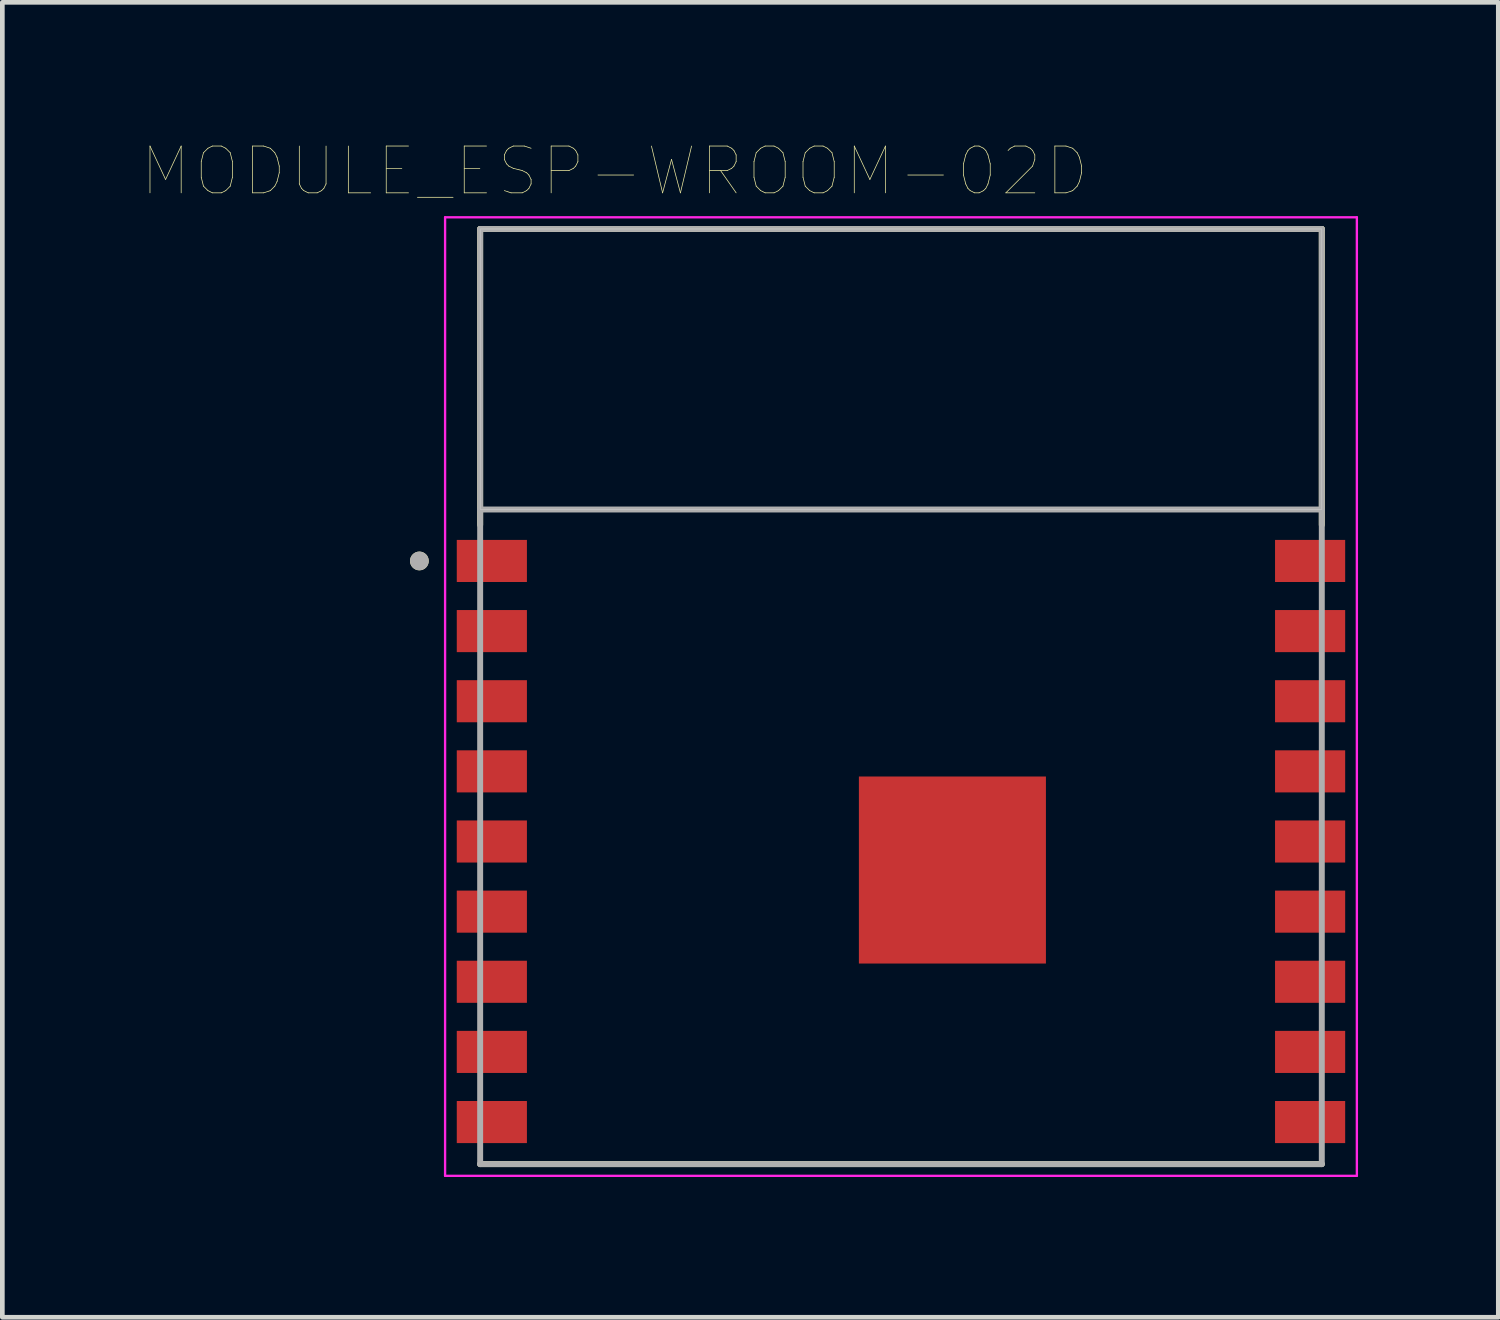
<source format=kicad_pcb>
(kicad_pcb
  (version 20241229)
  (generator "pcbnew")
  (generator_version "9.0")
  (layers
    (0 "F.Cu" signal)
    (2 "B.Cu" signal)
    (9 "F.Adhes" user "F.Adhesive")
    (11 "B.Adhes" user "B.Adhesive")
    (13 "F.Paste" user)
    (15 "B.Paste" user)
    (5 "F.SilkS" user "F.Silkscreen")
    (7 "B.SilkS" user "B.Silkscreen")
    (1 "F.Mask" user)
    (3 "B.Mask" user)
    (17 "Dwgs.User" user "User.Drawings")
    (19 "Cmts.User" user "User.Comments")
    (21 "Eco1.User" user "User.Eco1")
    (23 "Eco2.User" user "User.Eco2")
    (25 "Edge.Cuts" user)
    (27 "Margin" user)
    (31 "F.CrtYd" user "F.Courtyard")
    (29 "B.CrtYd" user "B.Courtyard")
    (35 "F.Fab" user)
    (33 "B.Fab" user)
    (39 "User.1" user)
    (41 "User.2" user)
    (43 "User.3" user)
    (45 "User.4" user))
  (footprint "MODULE_ESP-WROOM-02D"
    (layer "F.Cu")
    (at 16.219 11.847)
    (property "Reference" "MODULE_ESP-WROOM-02D" (at -6.123 -11.235 0) (layer "F.SilkS") (effects (font (size 1.001 1.001) (thickness 0.015))))
    (attr through_hole)
    (fp_line (start -9 -10) (end -9 -3.67) (stroke (width 0.127) (type solid)) (layer "F.SilkS"))
    (fp_line (start -9 -10) (end 9 -10) (stroke (width 0.127) (type solid)) (layer "F.SilkS"))
    (fp_line (start -9 10) (end 9 10) (stroke (width 0.127) (type solid)) (layer "F.SilkS"))
    (fp_line (start 9 -10) (end 9 -3.67) (stroke (width 0.127) (type solid)) (layer "F.SilkS"))
    (fp_circle (center -10.3 -2.9) (end -10.2 -2.9) (stroke (width 0.2) (type solid)) (fill no) (layer "F.SilkS"))
    (fp_poly (pts (xy -0.165 2.445) (xy 2.365 2.445) (xy 2.365 4.975) (xy -0.165 4.975)) (stroke (width 0.01) (type solid)) (fill yes) (layer "F.Paste"))
    (fp_poly (pts (xy -9 -10) (xy 9 -10) (xy 9 -4) (xy -9 -4)) (stroke (width 0.01) (type solid)) (fill no) (layer "Dwgs.User"))
    (fp_poly (pts (xy -9 -10) (xy 9 -10) (xy 9 -4) (xy -9 -4)) (stroke (width 0.01) (type solid)) (fill no) (layer "Dwgs.User"))
    (fp_poly (pts (xy -9 -10) (xy 9 -10) (xy 9 -4) (xy -9 -4)) (stroke (width 0.01) (type solid)) (fill no) (layer "Dwgs.User"))
    (fp_line (start -9.75 -10.25) (end 9.75 -10.25) (stroke (width 0.05) (type solid)) (layer "F.CrtYd"))
    (fp_line (start -9.75 10.25) (end -9.75 -10.25) (stroke (width 0.05) (type solid)) (layer "F.CrtYd"))
    (fp_line (start 9.75 -10.25) (end 9.75 10.25) (stroke (width 0.05) (type solid)) (layer "F.CrtYd"))
    (fp_line (start 9.75 10.25) (end -9.75 10.25) (stroke (width 0.05) (type solid)) (layer "F.CrtYd"))
    (fp_line (start -9 -10) (end -9 -4) (stroke (width 0.127) (type solid)) (layer "F.Fab"))
    (fp_line (start -9 -4) (end -9 10) (stroke (width 0.127) (type solid)) (layer "F.Fab"))
    (fp_line (start -9 -4) (end 9 -4) (stroke (width 0.127) (type solid)) (layer "F.Fab"))
    (fp_line (start -9 10) (end 9 10) (stroke (width 0.127) (type solid)) (layer "F.Fab"))
    (fp_line (start 9 -10) (end -9 -10) (stroke (width 0.127) (type solid)) (layer "F.Fab"))
    (fp_line (start 9 -4) (end 9 -10) (stroke (width 0.127) (type solid)) (layer "F.Fab"))
    (fp_line (start 9 10) (end 9 -4) (stroke (width 0.127) (type solid)) (layer "F.Fab"))
    (fp_circle (center -10.3 -2.9) (end -10.2 -2.9) (stroke (width 0.2) (type solid)) (fill no) (layer "F.Fab"))
    (pad "1" smd rect (at -8.75 -2.9) (size 1.5 0.9) (layers "F.Cu" "F.Mask" "F.Paste"))
    (pad "2" smd rect (at -8.75 -1.4) (size 1.5 0.9) (layers "F.Cu" "F.Mask" "F.Paste"))
    (pad "3" smd rect (at -8.75 0.1) (size 1.5 0.9) (layers "F.Cu" "F.Mask" "F.Paste"))
    (pad "4" smd rect (at -8.75 1.6) (size 1.5 0.9) (layers "F.Cu" "F.Mask" "F.Paste"))
    (pad "5" smd rect (at -8.75 3.1) (size 1.5 0.9) (layers "F.Cu" "F.Mask" "F.Paste"))
    (pad "6" smd rect (at -8.75 4.6) (size 1.5 0.9) (layers "F.Cu" "F.Mask" "F.Paste"))
    (pad "7" smd rect (at -8.75 6.1) (size 1.5 0.9) (layers "F.Cu" "F.Mask" "F.Paste"))
    (pad "8" smd rect (at -8.75 7.6) (size 1.5 0.9) (layers "F.Cu" "F.Mask" "F.Paste"))
    (pad "9" smd rect (at -8.75 9.1) (size 1.5 0.9) (layers "F.Cu" "F.Mask" "F.Paste"))
    (pad "10" smd rect (at 8.75 9.1) (size 1.5 0.9) (layers "F.Cu" "F.Mask" "F.Paste"))
    (pad "11" smd rect (at 8.75 7.6) (size 1.5 0.9) (layers "F.Cu" "F.Mask" "F.Paste"))
    (pad "12" smd rect (at 8.75 6.1) (size 1.5 0.9) (layers "F.Cu" "F.Mask" "F.Paste"))
    (pad "13" smd rect (at 8.75 4.6) (size 1.5 0.9) (layers "F.Cu" "F.Mask" "F.Paste"))
    (pad "14" smd rect (at 8.75 3.1) (size 1.5 0.9) (layers "F.Cu" "F.Mask" "F.Paste"))
    (pad "15" smd rect (at 8.75 1.6) (size 1.5 0.9) (layers "F.Cu" "F.Mask" "F.Paste"))
    (pad "16" smd rect (at 8.75 0.1) (size 1.5 0.9) (layers "F.Cu" "F.Mask" "F.Paste"))
    (pad "17" smd rect (at 8.75 -1.4) (size 1.5 0.9) (layers "F.Cu" "F.Mask" "F.Paste"))
    (pad "18" smd rect (at 8.75 -2.9) (size 1.5 0.9) (layers "F.Cu" "F.Mask" "F.Paste"))
    (pad "19" smd rect (at 1.1 3.71) (size 4 4) (layers "F.Cu" "F.Mask")))
  (gr_rect
    (start -3 -3)
    (end 28.994 25.122)
    (stroke (width 0.1) (type default))
    (fill no)
    (layer "Edge.Cuts")))
</source>
